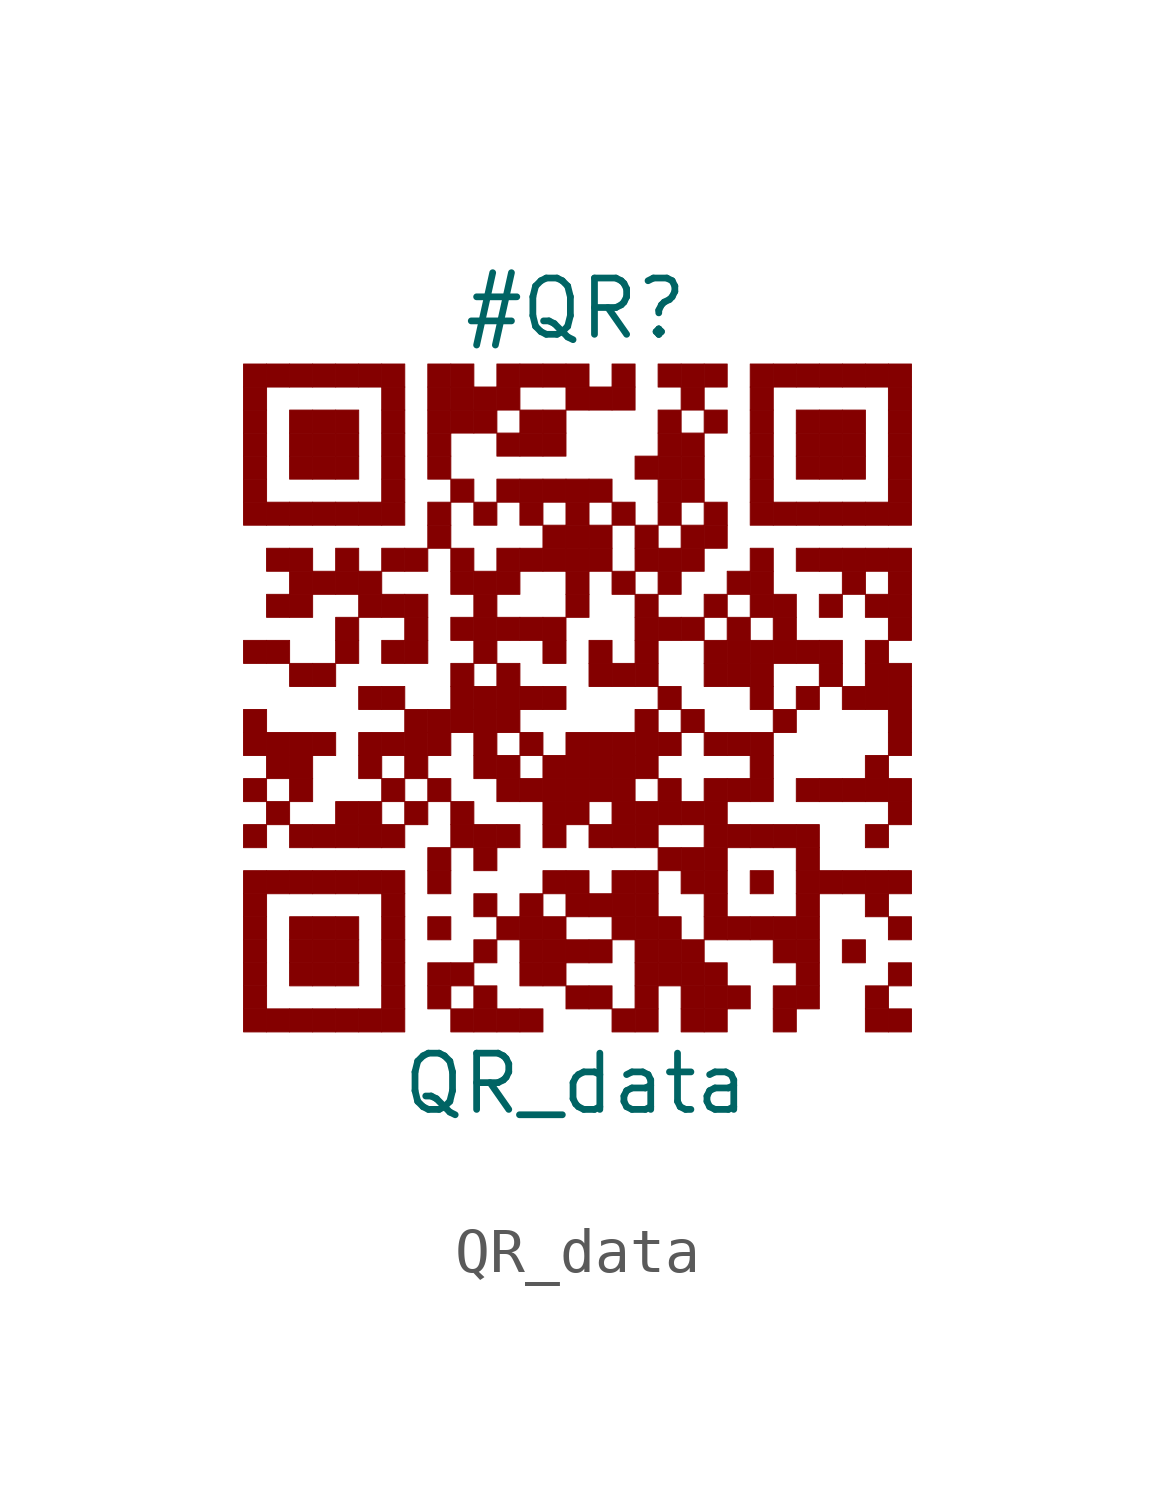
<source format=kicad_sym>
(kicad_symbol_lib
  (version 20211014)
  (generator kibot)
  (symbol "QR_data"
    (pin_numbers hide)
    (pin_names hide)
    (property "Reference" "#QR"
      (at 0 8.75 0)
      (effects (font (size 1.27 1.27))))
    (property "Value" "QR_data"
      (at 0 -8.75 0)
      (effects (font (size 1.27 1.27))))
    (rectangle
      (start -7.5 7.5)
      (end -6.98 6.98)
      (stroke (width 0.001) (type default))
      (fill (type outline)))
    (rectangle
      (start -6.98 7.5)
      (end -6.46 6.98)
      (stroke (width 0.001) (type default))
      (fill (type outline)))
    (rectangle
      (start -6.46 7.5)
      (end -5.94 6.98)
      (stroke (width 0.001) (type default))
      (fill (type outline)))
    (rectangle
      (start -5.94 7.5)
      (end -5.42 6.98)
      (stroke (width 0.001) (type default))
      (fill (type outline)))
    (rectangle
      (start -5.42 7.5)
      (end -4.9 6.98)
      (stroke (width 0.001) (type default))
      (fill (type outline)))
    (rectangle
      (start -4.9 7.5)
      (end -4.38 6.98)
      (stroke (width 0.001) (type default))
      (fill (type outline)))
    (rectangle
      (start -4.38 7.5)
      (end -3.86 6.98)
      (stroke (width 0.001) (type default))
      (fill (type outline)))
    (rectangle
      (start -3.34 7.5)
      (end -2.82 6.98)
      (stroke (width 0.001) (type default))
      (fill (type outline)))
    (rectangle
      (start -2.82 7.5)
      (end -2.3 6.98)
      (stroke (width 0.001) (type default))
      (fill (type outline)))
    (rectangle
      (start -1.78 7.5)
      (end -1.26 6.98)
      (stroke (width 0.001) (type default))
      (fill (type outline)))
    (rectangle
      (start -1.26 7.5)
      (end -0.74 6.98)
      (stroke (width 0.001) (type default))
      (fill (type outline)))
    (rectangle
      (start -0.74 7.5)
      (end -0.22 6.98)
      (stroke (width 0.001) (type default))
      (fill (type outline)))
    (rectangle
      (start -0.22 7.5)
      (end 0.3 6.98)
      (stroke (width 0.001) (type default))
      (fill (type outline)))
    (rectangle
      (start 0.82 7.5)
      (end 1.34 6.98)
      (stroke (width 0.001) (type default))
      (fill (type outline)))
    (rectangle
      (start 1.86 7.5)
      (end 2.38 6.98)
      (stroke (width 0.001) (type default))
      (fill (type outline)))
    (rectangle
      (start 2.38 7.5)
      (end 2.9 6.98)
      (stroke (width 0.001) (type default))
      (fill (type outline)))
    (rectangle
      (start 2.9 7.5)
      (end 3.42 6.98)
      (stroke (width 0.001) (type default))
      (fill (type outline)))
    (rectangle
      (start 3.94 7.5)
      (end 4.46 6.98)
      (stroke (width 0.001) (type default))
      (fill (type outline)))
    (rectangle
      (start 4.46 7.5)
      (end 4.98 6.98)
      (stroke (width 0.001) (type default))
      (fill (type outline)))
    (rectangle
      (start 4.98 7.5)
      (end 5.5 6.98)
      (stroke (width 0.001) (type default))
      (fill (type outline)))
    (rectangle
      (start 5.5 7.5)
      (end 6.02 6.98)
      (stroke (width 0.001) (type default))
      (fill (type outline)))
    (rectangle
      (start 6.02 7.5)
      (end 6.54 6.98)
      (stroke (width 0.001) (type default))
      (fill (type outline)))
    (rectangle
      (start 6.54 7.5)
      (end 7.06 6.98)
      (stroke (width 0.001) (type default))
      (fill (type outline)))
    (rectangle
      (start 7.06 7.5)
      (end 7.58 6.98)
      (stroke (width 0.001) (type default))
      (fill (type outline)))
    (rectangle
      (start -7.5 6.98)
      (end -6.98 6.46)
      (stroke (width 0.001) (type default))
      (fill (type outline)))
    (rectangle
      (start -4.38 6.98)
      (end -3.86 6.46)
      (stroke (width 0.001) (type default))
      (fill (type outline)))
    (rectangle
      (start -3.34 6.98)
      (end -2.82 6.46)
      (stroke (width 0.001) (type default))
      (fill (type outline)))
    (rectangle
      (start -2.82 6.98)
      (end -2.3 6.46)
      (stroke (width 0.001) (type default))
      (fill (type outline)))
    (rectangle
      (start -2.3 6.98)
      (end -1.78 6.46)
      (stroke (width 0.001) (type default))
      (fill (type outline)))
    (rectangle
      (start -1.78 6.98)
      (end -1.26 6.46)
      (stroke (width 0.001) (type default))
      (fill (type outline)))
    (rectangle
      (start -0.22 6.98)
      (end 0.3 6.46)
      (stroke (width 0.001) (type default))
      (fill (type outline)))
    (rectangle
      (start 0.3 6.98)
      (end 0.82 6.46)
      (stroke (width 0.001) (type default))
      (fill (type outline)))
    (rectangle
      (start 0.82 6.98)
      (end 1.34 6.46)
      (stroke (width 0.001) (type default))
      (fill (type outline)))
    (rectangle
      (start 2.38 6.98)
      (end 2.9 6.46)
      (stroke (width 0.001) (type default))
      (fill (type outline)))
    (rectangle
      (start 3.94 6.98)
      (end 4.46 6.46)
      (stroke (width 0.001) (type default))
      (fill (type outline)))
    (rectangle
      (start 7.06 6.98)
      (end 7.58 6.46)
      (stroke (width 0.001) (type default))
      (fill (type outline)))
    (rectangle
      (start -7.5 6.46)
      (end -6.98 5.94)
      (stroke (width 0.001) (type default))
      (fill (type outline)))
    (rectangle
      (start -6.46 6.46)
      (end -5.94 5.94)
      (stroke (width 0.001) (type default))
      (fill (type outline)))
    (rectangle
      (start -5.94 6.46)
      (end -5.42 5.94)
      (stroke (width 0.001) (type default))
      (fill (type outline)))
    (rectangle
      (start -5.42 6.46)
      (end -4.9 5.94)
      (stroke (width 0.001) (type default))
      (fill (type outline)))
    (rectangle
      (start -4.38 6.46)
      (end -3.86 5.94)
      (stroke (width 0.001) (type default))
      (fill (type outline)))
    (rectangle
      (start -3.34 6.46)
      (end -2.82 5.94)
      (stroke (width 0.001) (type default))
      (fill (type outline)))
    (rectangle
      (start -2.82 6.46)
      (end -2.3 5.94)
      (stroke (width 0.001) (type default))
      (fill (type outline)))
    (rectangle
      (start -2.3 6.46)
      (end -1.78 5.94)
      (stroke (width 0.001) (type default))
      (fill (type outline)))
    (rectangle
      (start -1.26 6.46)
      (end -0.74 5.94)
      (stroke (width 0.001) (type default))
      (fill (type outline)))
    (rectangle
      (start -0.74 6.46)
      (end -0.22 5.94)
      (stroke (width 0.001) (type default))
      (fill (type outline)))
    (rectangle
      (start 1.86 6.46)
      (end 2.38 5.94)
      (stroke (width 0.001) (type default))
      (fill (type outline)))
    (rectangle
      (start 2.9 6.46)
      (end 3.42 5.94)
      (stroke (width 0.001) (type default))
      (fill (type outline)))
    (rectangle
      (start 3.94 6.46)
      (end 4.46 5.94)
      (stroke (width 0.001) (type default))
      (fill (type outline)))
    (rectangle
      (start 4.98 6.46)
      (end 5.5 5.94)
      (stroke (width 0.001) (type default))
      (fill (type outline)))
    (rectangle
      (start 5.5 6.46)
      (end 6.02 5.94)
      (stroke (width 0.001) (type default))
      (fill (type outline)))
    (rectangle
      (start 6.02 6.46)
      (end 6.54 5.94)
      (stroke (width 0.001) (type default))
      (fill (type outline)))
    (rectangle
      (start 7.06 6.46)
      (end 7.58 5.94)
      (stroke (width 0.001) (type default))
      (fill (type outline)))
    (rectangle
      (start -7.5 5.94)
      (end -6.98 5.42)
      (stroke (width 0.001) (type default))
      (fill (type outline)))
    (rectangle
      (start -6.46 5.94)
      (end -5.94 5.42)
      (stroke (width 0.001) (type default))
      (fill (type outline)))
    (rectangle
      (start -5.94 5.94)
      (end -5.42 5.42)
      (stroke (width 0.001) (type default))
      (fill (type outline)))
    (rectangle
      (start -5.42 5.94)
      (end -4.9 5.42)
      (stroke (width 0.001) (type default))
      (fill (type outline)))
    (rectangle
      (start -4.38 5.94)
      (end -3.86 5.42)
      (stroke (width 0.001) (type default))
      (fill (type outline)))
    (rectangle
      (start -3.34 5.94)
      (end -2.82 5.42)
      (stroke (width 0.001) (type default))
      (fill (type outline)))
    (rectangle
      (start -1.78 5.94)
      (end -1.26 5.42)
      (stroke (width 0.001) (type default))
      (fill (type outline)))
    (rectangle
      (start -1.26 5.94)
      (end -0.74 5.42)
      (stroke (width 0.001) (type default))
      (fill (type outline)))
    (rectangle
      (start -0.74 5.94)
      (end -0.22 5.42)
      (stroke (width 0.001) (type default))
      (fill (type outline)))
    (rectangle
      (start 1.86 5.94)
      (end 2.38 5.42)
      (stroke (width 0.001) (type default))
      (fill (type outline)))
    (rectangle
      (start 2.38 5.94)
      (end 2.9 5.42)
      (stroke (width 0.001) (type default))
      (fill (type outline)))
    (rectangle
      (start 3.94 5.94)
      (end 4.46 5.42)
      (stroke (width 0.001) (type default))
      (fill (type outline)))
    (rectangle
      (start 4.98 5.94)
      (end 5.5 5.42)
      (stroke (width 0.001) (type default))
      (fill (type outline)))
    (rectangle
      (start 5.5 5.94)
      (end 6.02 5.42)
      (stroke (width 0.001) (type default))
      (fill (type outline)))
    (rectangle
      (start 6.02 5.94)
      (end 6.54 5.42)
      (stroke (width 0.001) (type default))
      (fill (type outline)))
    (rectangle
      (start 7.06 5.94)
      (end 7.58 5.42)
      (stroke (width 0.001) (type default))
      (fill (type outline)))
    (rectangle
      (start -7.5 5.42)
      (end -6.98 4.9)
      (stroke (width 0.001) (type default))
      (fill (type outline)))
    (rectangle
      (start -6.46 5.42)
      (end -5.94 4.9)
      (stroke (width 0.001) (type default))
      (fill (type outline)))
    (rectangle
      (start -5.94 5.42)
      (end -5.42 4.9)
      (stroke (width 0.001) (type default))
      (fill (type outline)))
    (rectangle
      (start -5.42 5.42)
      (end -4.9 4.9)
      (stroke (width 0.001) (type default))
      (fill (type outline)))
    (rectangle
      (start -4.38 5.42)
      (end -3.86 4.9)
      (stroke (width 0.001) (type default))
      (fill (type outline)))
    (rectangle
      (start -3.34 5.42)
      (end -2.82 4.9)
      (stroke (width 0.001) (type default))
      (fill (type outline)))
    (rectangle
      (start 1.34 5.42)
      (end 1.86 4.9)
      (stroke (width 0.001) (type default))
      (fill (type outline)))
    (rectangle
      (start 1.86 5.42)
      (end 2.38 4.9)
      (stroke (width 0.001) (type default))
      (fill (type outline)))
    (rectangle
      (start 2.38 5.42)
      (end 2.9 4.9)
      (stroke (width 0.001) (type default))
      (fill (type outline)))
    (rectangle
      (start 3.94 5.42)
      (end 4.46 4.9)
      (stroke (width 0.001) (type default))
      (fill (type outline)))
    (rectangle
      (start 4.98 5.42)
      (end 5.5 4.9)
      (stroke (width 0.001) (type default))
      (fill (type outline)))
    (rectangle
      (start 5.5 5.42)
      (end 6.02 4.9)
      (stroke (width 0.001) (type default))
      (fill (type outline)))
    (rectangle
      (start 6.02 5.42)
      (end 6.54 4.9)
      (stroke (width 0.001) (type default))
      (fill (type outline)))
    (rectangle
      (start 7.06 5.42)
      (end 7.58 4.9)
      (stroke (width 0.001) (type default))
      (fill (type outline)))
    (rectangle
      (start -7.5 4.9)
      (end -6.98 4.38)
      (stroke (width 0.001) (type default))
      (fill (type outline)))
    (rectangle
      (start -4.38 4.9)
      (end -3.86 4.38)
      (stroke (width 0.001) (type default))
      (fill (type outline)))
    (rectangle
      (start -2.82 4.9)
      (end -2.3 4.38)
      (stroke (width 0.001) (type default))
      (fill (type outline)))
    (rectangle
      (start -1.78 4.9)
      (end -1.26 4.38)
      (stroke (width 0.001) (type default))
      (fill (type outline)))
    (rectangle
      (start -1.26 4.9)
      (end -0.74 4.38)
      (stroke (width 0.001) (type default))
      (fill (type outline)))
    (rectangle
      (start -0.74 4.9)
      (end -0.22 4.38)
      (stroke (width 0.001) (type default))
      (fill (type outline)))
    (rectangle
      (start -0.22 4.9)
      (end 0.3 4.38)
      (stroke (width 0.001) (type default))
      (fill (type outline)))
    (rectangle
      (start 0.3 4.9)
      (end 0.82 4.38)
      (stroke (width 0.001) (type default))
      (fill (type outline)))
    (rectangle
      (start 1.86 4.9)
      (end 2.38 4.38)
      (stroke (width 0.001) (type default))
      (fill (type outline)))
    (rectangle
      (start 2.38 4.9)
      (end 2.9 4.38)
      (stroke (width 0.001) (type default))
      (fill (type outline)))
    (rectangle
      (start 3.94 4.9)
      (end 4.46 4.38)
      (stroke (width 0.001) (type default))
      (fill (type outline)))
    (rectangle
      (start 7.06 4.9)
      (end 7.58 4.38)
      (stroke (width 0.001) (type default))
      (fill (type outline)))
    (rectangle
      (start -7.5 4.38)
      (end -6.98 3.86)
      (stroke (width 0.001) (type default))
      (fill (type outline)))
    (rectangle
      (start -6.98 4.38)
      (end -6.46 3.86)
      (stroke (width 0.001) (type default))
      (fill (type outline)))
    (rectangle
      (start -6.46 4.38)
      (end -5.94 3.86)
      (stroke (width 0.001) (type default))
      (fill (type outline)))
    (rectangle
      (start -5.94 4.38)
      (end -5.42 3.86)
      (stroke (width 0.001) (type default))
      (fill (type outline)))
    (rectangle
      (start -5.42 4.38)
      (end -4.9 3.86)
      (stroke (width 0.001) (type default))
      (fill (type outline)))
    (rectangle
      (start -4.9 4.38)
      (end -4.38 3.86)
      (stroke (width 0.001) (type default))
      (fill (type outline)))
    (rectangle
      (start -4.38 4.38)
      (end -3.86 3.86)
      (stroke (width 0.001) (type default))
      (fill (type outline)))
    (rectangle
      (start -3.34 4.38)
      (end -2.82 3.86)
      (stroke (width 0.001) (type default))
      (fill (type outline)))
    (rectangle
      (start -2.3 4.38)
      (end -1.78 3.86)
      (stroke (width 0.001) (type default))
      (fill (type outline)))
    (rectangle
      (start -1.26 4.38)
      (end -0.74 3.86)
      (stroke (width 0.001) (type default))
      (fill (type outline)))
    (rectangle
      (start -0.22 4.38)
      (end 0.3 3.86)
      (stroke (width 0.001) (type default))
      (fill (type outline)))
    (rectangle
      (start 0.82 4.38)
      (end 1.34 3.86)
      (stroke (width 0.001) (type default))
      (fill (type outline)))
    (rectangle
      (start 1.86 4.38)
      (end 2.38 3.86)
      (stroke (width 0.001) (type default))
      (fill (type outline)))
    (rectangle
      (start 2.9 4.38)
      (end 3.42 3.86)
      (stroke (width 0.001) (type default))
      (fill (type outline)))
    (rectangle
      (start 3.94 4.38)
      (end 4.46 3.86)
      (stroke (width 0.001) (type default))
      (fill (type outline)))
    (rectangle
      (start 4.46 4.38)
      (end 4.98 3.86)
      (stroke (width 0.001) (type default))
      (fill (type outline)))
    (rectangle
      (start 4.98 4.38)
      (end 5.5 3.86)
      (stroke (width 0.001) (type default))
      (fill (type outline)))
    (rectangle
      (start 5.5 4.38)
      (end 6.02 3.86)
      (stroke (width 0.001) (type default))
      (fill (type outline)))
    (rectangle
      (start 6.02 4.38)
      (end 6.54 3.86)
      (stroke (width 0.001) (type default))
      (fill (type outline)))
    (rectangle
      (start 6.54 4.38)
      (end 7.06 3.86)
      (stroke (width 0.001) (type default))
      (fill (type outline)))
    (rectangle
      (start 7.06 4.38)
      (end 7.58 3.86)
      (stroke (width 0.001) (type default))
      (fill (type outline)))
    (rectangle
      (start -3.34 3.86)
      (end -2.82 3.34)
      (stroke (width 0.001) (type default))
      (fill (type outline)))
    (rectangle
      (start -0.74 3.86)
      (end -0.22 3.34)
      (stroke (width 0.001) (type default))
      (fill (type outline)))
    (rectangle
      (start -0.22 3.86)
      (end 0.3 3.34)
      (stroke (width 0.001) (type default))
      (fill (type outline)))
    (rectangle
      (start 0.3 3.86)
      (end 0.82 3.34)
      (stroke (width 0.001) (type default))
      (fill (type outline)))
    (rectangle
      (start 1.34 3.86)
      (end 1.86 3.34)
      (stroke (width 0.001) (type default))
      (fill (type outline)))
    (rectangle
      (start 2.38 3.86)
      (end 2.9 3.34)
      (stroke (width 0.001) (type default))
      (fill (type outline)))
    (rectangle
      (start 2.9 3.86)
      (end 3.42 3.34)
      (stroke (width 0.001) (type default))
      (fill (type outline)))
    (rectangle
      (start -6.98 3.34)
      (end -6.46 2.82)
      (stroke (width 0.001) (type default))
      (fill (type outline)))
    (rectangle
      (start -6.46 3.34)
      (end -5.94 2.82)
      (stroke (width 0.001) (type default))
      (fill (type outline)))
    (rectangle
      (start -5.42 3.34)
      (end -4.9 2.82)
      (stroke (width 0.001) (type default))
      (fill (type outline)))
    (rectangle
      (start -4.38 3.34)
      (end -3.86 2.82)
      (stroke (width 0.001) (type default))
      (fill (type outline)))
    (rectangle
      (start -3.86 3.34)
      (end -3.34 2.82)
      (stroke (width 0.001) (type default))
      (fill (type outline)))
    (rectangle
      (start -2.82 3.34)
      (end -2.3 2.82)
      (stroke (width 0.001) (type default))
      (fill (type outline)))
    (rectangle
      (start -1.78 3.34)
      (end -1.26 2.82)
      (stroke (width 0.001) (type default))
      (fill (type outline)))
    (rectangle
      (start -1.26 3.34)
      (end -0.74 2.82)
      (stroke (width 0.001) (type default))
      (fill (type outline)))
    (rectangle
      (start -0.74 3.34)
      (end -0.22 2.82)
      (stroke (width 0.001) (type default))
      (fill (type outline)))
    (rectangle
      (start -0.22 3.34)
      (end 0.3 2.82)
      (stroke (width 0.001) (type default))
      (fill (type outline)))
    (rectangle
      (start 0.3 3.34)
      (end 0.82 2.82)
      (stroke (width 0.001) (type default))
      (fill (type outline)))
    (rectangle
      (start 1.34 3.34)
      (end 1.86 2.82)
      (stroke (width 0.001) (type default))
      (fill (type outline)))
    (rectangle
      (start 1.86 3.34)
      (end 2.38 2.82)
      (stroke (width 0.001) (type default))
      (fill (type outline)))
    (rectangle
      (start 2.38 3.34)
      (end 2.9 2.82)
      (stroke (width 0.001) (type default))
      (fill (type outline)))
    (rectangle
      (start 3.94 3.34)
      (end 4.46 2.82)
      (stroke (width 0.001) (type default))
      (fill (type outline)))
    (rectangle
      (start 4.98 3.34)
      (end 5.5 2.82)
      (stroke (width 0.001) (type default))
      (fill (type outline)))
    (rectangle
      (start 5.5 3.34)
      (end 6.02 2.82)
      (stroke (width 0.001) (type default))
      (fill (type outline)))
    (rectangle
      (start 6.02 3.34)
      (end 6.54 2.82)
      (stroke (width 0.001) (type default))
      (fill (type outline)))
    (rectangle
      (start 6.54 3.34)
      (end 7.06 2.82)
      (stroke (width 0.001) (type default))
      (fill (type outline)))
    (rectangle
      (start 7.06 3.34)
      (end 7.58 2.82)
      (stroke (width 0.001) (type default))
      (fill (type outline)))
    (rectangle
      (start -6.46 2.82)
      (end -5.94 2.3)
      (stroke (width 0.001) (type default))
      (fill (type outline)))
    (rectangle
      (start -5.94 2.82)
      (end -5.42 2.3)
      (stroke (width 0.001) (type default))
      (fill (type outline)))
    (rectangle
      (start -5.42 2.82)
      (end -4.9 2.3)
      (stroke (width 0.001) (type default))
      (fill (type outline)))
    (rectangle
      (start -4.9 2.82)
      (end -4.38 2.3)
      (stroke (width 0.001) (type default))
      (fill (type outline)))
    (rectangle
      (start -2.82 2.82)
      (end -2.3 2.3)
      (stroke (width 0.001) (type default))
      (fill (type outline)))
    (rectangle
      (start -2.3 2.82)
      (end -1.78 2.3)
      (stroke (width 0.001) (type default))
      (fill (type outline)))
    (rectangle
      (start -1.78 2.82)
      (end -1.26 2.3)
      (stroke (width 0.001) (type default))
      (fill (type outline)))
    (rectangle
      (start -0.22 2.82)
      (end 0.3 2.3)
      (stroke (width 0.001) (type default))
      (fill (type outline)))
    (rectangle
      (start 0.82 2.82)
      (end 1.34 2.3)
      (stroke (width 0.001) (type default))
      (fill (type outline)))
    (rectangle
      (start 1.86 2.82)
      (end 2.38 2.3)
      (stroke (width 0.001) (type default))
      (fill (type outline)))
    (rectangle
      (start 3.42 2.82)
      (end 3.94 2.3)
      (stroke (width 0.001) (type default))
      (fill (type outline)))
    (rectangle
      (start 3.94 2.82)
      (end 4.46 2.3)
      (stroke (width 0.001) (type default))
      (fill (type outline)))
    (rectangle
      (start 6.02 2.82)
      (end 6.54 2.3)
      (stroke (width 0.001) (type default))
      (fill (type outline)))
    (rectangle
      (start 7.06 2.82)
      (end 7.58 2.3)
      (stroke (width 0.001) (type default))
      (fill (type outline)))
    (rectangle
      (start -6.98 2.3)
      (end -6.46 1.78)
      (stroke (width 0.001) (type default))
      (fill (type outline)))
    (rectangle
      (start -6.46 2.3)
      (end -5.94 1.78)
      (stroke (width 0.001) (type default))
      (fill (type outline)))
    (rectangle
      (start -4.9 2.3)
      (end -4.38 1.78)
      (stroke (width 0.001) (type default))
      (fill (type outline)))
    (rectangle
      (start -4.38 2.3)
      (end -3.86 1.78)
      (stroke (width 0.001) (type default))
      (fill (type outline)))
    (rectangle
      (start -3.86 2.3)
      (end -3.34 1.78)
      (stroke (width 0.001) (type default))
      (fill (type outline)))
    (rectangle
      (start -2.3 2.3)
      (end -1.78 1.78)
      (stroke (width 0.001) (type default))
      (fill (type outline)))
    (rectangle
      (start -0.22 2.3)
      (end 0.3 1.78)
      (stroke (width 0.001) (type default))
      (fill (type outline)))
    (rectangle
      (start 1.34 2.3)
      (end 1.86 1.78)
      (stroke (width 0.001) (type default))
      (fill (type outline)))
    (rectangle
      (start 2.9 2.3)
      (end 3.42 1.78)
      (stroke (width 0.001) (type default))
      (fill (type outline)))
    (rectangle
      (start 3.94 2.3)
      (end 4.46 1.78)
      (stroke (width 0.001) (type default))
      (fill (type outline)))
    (rectangle
      (start 4.46 2.3)
      (end 4.98 1.78)
      (stroke (width 0.001) (type default))
      (fill (type outline)))
    (rectangle
      (start 5.5 2.3)
      (end 6.02 1.78)
      (stroke (width 0.001) (type default))
      (fill (type outline)))
    (rectangle
      (start 6.54 2.3)
      (end 7.06 1.78)
      (stroke (width 0.001) (type default))
      (fill (type outline)))
    (rectangle
      (start 7.06 2.3)
      (end 7.58 1.78)
      (stroke (width 0.001) (type default))
      (fill (type outline)))
    (rectangle
      (start -5.42 1.78)
      (end -4.9 1.26)
      (stroke (width 0.001) (type default))
      (fill (type outline)))
    (rectangle
      (start -3.86 1.78)
      (end -3.34 1.26)
      (stroke (width 0.001) (type default))
      (fill (type outline)))
    (rectangle
      (start -2.82 1.78)
      (end -2.3 1.26)
      (stroke (width 0.001) (type default))
      (fill (type outline)))
    (rectangle
      (start -2.3 1.78)
      (end -1.78 1.26)
      (stroke (width 0.001) (type default))
      (fill (type outline)))
    (rectangle
      (start -1.78 1.78)
      (end -1.26 1.26)
      (stroke (width 0.001) (type default))
      (fill (type outline)))
    (rectangle
      (start -1.26 1.78)
      (end -0.74 1.26)
      (stroke (width 0.001) (type default))
      (fill (type outline)))
    (rectangle
      (start -0.74 1.78)
      (end -0.22 1.26)
      (stroke (width 0.001) (type default))
      (fill (type outline)))
    (rectangle
      (start 1.34 1.78)
      (end 1.86 1.26)
      (stroke (width 0.001) (type default))
      (fill (type outline)))
    (rectangle
      (start 1.86 1.78)
      (end 2.38 1.26)
      (stroke (width 0.001) (type default))
      (fill (type outline)))
    (rectangle
      (start 2.38 1.78)
      (end 2.9 1.26)
      (stroke (width 0.001) (type default))
      (fill (type outline)))
    (rectangle
      (start 3.42 1.78)
      (end 3.94 1.26)
      (stroke (width 0.001) (type default))
      (fill (type outline)))
    (rectangle
      (start 4.46 1.78)
      (end 4.98 1.26)
      (stroke (width 0.001) (type default))
      (fill (type outline)))
    (rectangle
      (start 7.06 1.78)
      (end 7.58 1.26)
      (stroke (width 0.001) (type default))
      (fill (type outline)))
    (rectangle
      (start -7.5 1.26)
      (end -6.98 0.74)
      (stroke (width 0.001) (type default))
      (fill (type outline)))
    (rectangle
      (start -6.98 1.26)
      (end -6.46 0.74)
      (stroke (width 0.001) (type default))
      (fill (type outline)))
    (rectangle
      (start -5.42 1.26)
      (end -4.9 0.74)
      (stroke (width 0.001) (type default))
      (fill (type outline)))
    (rectangle
      (start -4.38 1.26)
      (end -3.86 0.74)
      (stroke (width 0.001) (type default))
      (fill (type outline)))
    (rectangle
      (start -3.86 1.26)
      (end -3.34 0.74)
      (stroke (width 0.001) (type default))
      (fill (type outline)))
    (rectangle
      (start -2.3 1.26)
      (end -1.78 0.74)
      (stroke (width 0.001) (type default))
      (fill (type outline)))
    (rectangle
      (start -0.74 1.26)
      (end -0.22 0.74)
      (stroke (width 0.001) (type default))
      (fill (type outline)))
    (rectangle
      (start 0.3 1.26)
      (end 0.82 0.74)
      (stroke (width 0.001) (type default))
      (fill (type outline)))
    (rectangle
      (start 1.34 1.26)
      (end 1.86 0.74)
      (stroke (width 0.001) (type default))
      (fill (type outline)))
    (rectangle
      (start 2.9 1.26)
      (end 3.42 0.74)
      (stroke (width 0.001) (type default))
      (fill (type outline)))
    (rectangle
      (start 3.42 1.26)
      (end 3.94 0.74)
      (stroke (width 0.001) (type default))
      (fill (type outline)))
    (rectangle
      (start 3.94 1.26)
      (end 4.46 0.74)
      (stroke (width 0.001) (type default))
      (fill (type outline)))
    (rectangle
      (start 4.46 1.26)
      (end 4.98 0.74)
      (stroke (width 0.001) (type default))
      (fill (type outline)))
    (rectangle
      (start 4.98 1.26)
      (end 5.5 0.74)
      (stroke (width 0.001) (type default))
      (fill (type outline)))
    (rectangle
      (start 5.5 1.26)
      (end 6.02 0.74)
      (stroke (width 0.001) (type default))
      (fill (type outline)))
    (rectangle
      (start 6.54 1.26)
      (end 7.06 0.74)
      (stroke (width 0.001) (type default))
      (fill (type outline)))
    (rectangle
      (start -6.46 0.74)
      (end -5.94 0.22)
      (stroke (width 0.001) (type default))
      (fill (type outline)))
    (rectangle
      (start -5.94 0.74)
      (end -5.42 0.22)
      (stroke (width 0.001) (type default))
      (fill (type outline)))
    (rectangle
      (start -2.82 0.74)
      (end -2.3 0.22)
      (stroke (width 0.001) (type default))
      (fill (type outline)))
    (rectangle
      (start -1.78 0.74)
      (end -1.26 0.22)
      (stroke (width 0.001) (type default))
      (fill (type outline)))
    (rectangle
      (start 0.3 0.74)
      (end 0.82 0.22)
      (stroke (width 0.001) (type default))
      (fill (type outline)))
    (rectangle
      (start 0.82 0.74)
      (end 1.34 0.22)
      (stroke (width 0.001) (type default))
      (fill (type outline)))
    (rectangle
      (start 1.34 0.74)
      (end 1.86 0.22)
      (stroke (width 0.001) (type default))
      (fill (type outline)))
    (rectangle
      (start 2.9 0.74)
      (end 3.42 0.22)
      (stroke (width 0.001) (type default))
      (fill (type outline)))
    (rectangle
      (start 3.42 0.74)
      (end 3.94 0.22)
      (stroke (width 0.001) (type default))
      (fill (type outline)))
    (rectangle
      (start 3.94 0.74)
      (end 4.46 0.22)
      (stroke (width 0.001) (type default))
      (fill (type outline)))
    (rectangle
      (start 5.5 0.74)
      (end 6.02 0.22)
      (stroke (width 0.001) (type default))
      (fill (type outline)))
    (rectangle
      (start 6.54 0.74)
      (end 7.06 0.22)
      (stroke (width 0.001) (type default))
      (fill (type outline)))
    (rectangle
      (start 7.06 0.74)
      (end 7.58 0.22)
      (stroke (width 0.001) (type default))
      (fill (type outline)))
    (rectangle
      (start -4.9 0.22)
      (end -4.38 -0.3)
      (stroke (width 0.001) (type default))
      (fill (type outline)))
    (rectangle
      (start -4.38 0.22)
      (end -3.86 -0.3)
      (stroke (width 0.001) (type default))
      (fill (type outline)))
    (rectangle
      (start -2.82 0.22)
      (end -2.3 -0.3)
      (stroke (width 0.001) (type default))
      (fill (type outline)))
    (rectangle
      (start -2.3 0.22)
      (end -1.78 -0.3)
      (stroke (width 0.001) (type default))
      (fill (type outline)))
    (rectangle
      (start -1.78 0.22)
      (end -1.26 -0.3)
      (stroke (width 0.001) (type default))
      (fill (type outline)))
    (rectangle
      (start -1.26 0.22)
      (end -0.74 -0.3)
      (stroke (width 0.001) (type default))
      (fill (type outline)))
    (rectangle
      (start -0.74 0.22)
      (end -0.22 -0.3)
      (stroke (width 0.001) (type default))
      (fill (type outline)))
    (rectangle
      (start 1.86 0.22)
      (end 2.38 -0.3)
      (stroke (width 0.001) (type default))
      (fill (type outline)))
    (rectangle
      (start 3.94 0.22)
      (end 4.46 -0.3)
      (stroke (width 0.001) (type default))
      (fill (type outline)))
    (rectangle
      (start 4.98 0.22)
      (end 5.5 -0.3)
      (stroke (width 0.001) (type default))
      (fill (type outline)))
    (rectangle
      (start 6.02 0.22)
      (end 6.54 -0.3)
      (stroke (width 0.001) (type default))
      (fill (type outline)))
    (rectangle
      (start 6.54 0.22)
      (end 7.06 -0.3)
      (stroke (width 0.001) (type default))
      (fill (type outline)))
    (rectangle
      (start 7.06 0.22)
      (end 7.58 -0.3)
      (stroke (width 0.001) (type default))
      (fill (type outline)))
    (rectangle
      (start -7.5 -0.3)
      (end -6.98 -0.82)
      (stroke (width 0.001) (type default))
      (fill (type outline)))
    (rectangle
      (start -3.86 -0.3)
      (end -3.34 -0.82)
      (stroke (width 0.001) (type default))
      (fill (type outline)))
    (rectangle
      (start -3.34 -0.3)
      (end -2.82 -0.82)
      (stroke (width 0.001) (type default))
      (fill (type outline)))
    (rectangle
      (start -2.82 -0.3)
      (end -2.3 -0.82)
      (stroke (width 0.001) (type default))
      (fill (type outline)))
    (rectangle
      (start -2.3 -0.3)
      (end -1.78 -0.82)
      (stroke (width 0.001) (type default))
      (fill (type outline)))
    (rectangle
      (start -1.78 -0.3)
      (end -1.26 -0.82)
      (stroke (width 0.001) (type default))
      (fill (type outline)))
    (rectangle
      (start 1.34 -0.3)
      (end 1.86 -0.82)
      (stroke (width 0.001) (type default))
      (fill (type outline)))
    (rectangle
      (start 2.38 -0.3)
      (end 2.9 -0.82)
      (stroke (width 0.001) (type default))
      (fill (type outline)))
    (rectangle
      (start 4.46 -0.3)
      (end 4.98 -0.82)
      (stroke (width 0.001) (type default))
      (fill (type outline)))
    (rectangle
      (start 7.06 -0.3)
      (end 7.58 -0.82)
      (stroke (width 0.001) (type default))
      (fill (type outline)))
    (rectangle
      (start -7.5 -0.82)
      (end -6.98 -1.34)
      (stroke (width 0.001) (type default))
      (fill (type outline)))
    (rectangle
      (start -6.98 -0.82)
      (end -6.46 -1.34)
      (stroke (width 0.001) (type default))
      (fill (type outline)))
    (rectangle
      (start -6.46 -0.82)
      (end -5.94 -1.34)
      (stroke (width 0.001) (type default))
      (fill (type outline)))
    (rectangle
      (start -5.94 -0.82)
      (end -5.42 -1.34)
      (stroke (width 0.001) (type default))
      (fill (type outline)))
    (rectangle
      (start -4.9 -0.82)
      (end -4.38 -1.34)
      (stroke (width 0.001) (type default))
      (fill (type outline)))
    (rectangle
      (start -4.38 -0.82)
      (end -3.86 -1.34)
      (stroke (width 0.001) (type default))
      (fill (type outline)))
    (rectangle
      (start -3.86 -0.82)
      (end -3.34 -1.34)
      (stroke (width 0.001) (type default))
      (fill (type outline)))
    (rectangle
      (start -3.34 -0.82)
      (end -2.82 -1.34)
      (stroke (width 0.001) (type default))
      (fill (type outline)))
    (rectangle
      (start -2.3 -0.82)
      (end -1.78 -1.34)
      (stroke (width 0.001) (type default))
      (fill (type outline)))
    (rectangle
      (start -1.26 -0.82)
      (end -0.74 -1.34)
      (stroke (width 0.001) (type default))
      (fill (type outline)))
    (rectangle
      (start -0.22 -0.82)
      (end 0.3 -1.34)
      (stroke (width 0.001) (type default))
      (fill (type outline)))
    (rectangle
      (start 0.3 -0.82)
      (end 0.82 -1.34)
      (stroke (width 0.001) (type default))
      (fill (type outline)))
    (rectangle
      (start 0.82 -0.82)
      (end 1.34 -1.34)
      (stroke (width 0.001) (type default))
      (fill (type outline)))
    (rectangle
      (start 1.34 -0.82)
      (end 1.86 -1.34)
      (stroke (width 0.001) (type default))
      (fill (type outline)))
    (rectangle
      (start 1.86 -0.82)
      (end 2.38 -1.34)
      (stroke (width 0.001) (type default))
      (fill (type outline)))
    (rectangle
      (start 2.9 -0.82)
      (end 3.42 -1.34)
      (stroke (width 0.001) (type default))
      (fill (type outline)))
    (rectangle
      (start 3.42 -0.82)
      (end 3.94 -1.34)
      (stroke (width 0.001) (type default))
      (fill (type outline)))
    (rectangle
      (start 3.94 -0.82)
      (end 4.46 -1.34)
      (stroke (width 0.001) (type default))
      (fill (type outline)))
    (rectangle
      (start 7.06 -0.82)
      (end 7.58 -1.34)
      (stroke (width 0.001) (type default))
      (fill (type outline)))
    (rectangle
      (start -6.98 -1.34)
      (end -6.46 -1.86)
      (stroke (width 0.001) (type default))
      (fill (type outline)))
    (rectangle
      (start -6.46 -1.34)
      (end -5.94 -1.86)
      (stroke (width 0.001) (type default))
      (fill (type outline)))
    (rectangle
      (start -4.9 -1.34)
      (end -4.38 -1.86)
      (stroke (width 0.001) (type default))
      (fill (type outline)))
    (rectangle
      (start -3.86 -1.34)
      (end -3.34 -1.86)
      (stroke (width 0.001) (type default))
      (fill (type outline)))
    (rectangle
      (start -2.3 -1.34)
      (end -1.78 -1.86)
      (stroke (width 0.001) (type default))
      (fill (type outline)))
    (rectangle
      (start -1.78 -1.34)
      (end -1.26 -1.86)
      (stroke (width 0.001) (type default))
      (fill (type outline)))
    (rectangle
      (start -0.74 -1.34)
      (end -0.22 -1.86)
      (stroke (width 0.001) (type default))
      (fill (type outline)))
    (rectangle
      (start -0.22 -1.34)
      (end 0.3 -1.86)
      (stroke (width 0.001) (type default))
      (fill (type outline)))
    (rectangle
      (start 0.3 -1.34)
      (end 0.82 -1.86)
      (stroke (width 0.001) (type default))
      (fill (type outline)))
    (rectangle
      (start 0.82 -1.34)
      (end 1.34 -1.86)
      (stroke (width 0.001) (type default))
      (fill (type outline)))
    (rectangle
      (start 1.34 -1.34)
      (end 1.86 -1.86)
      (stroke (width 0.001) (type default))
      (fill (type outline)))
    (rectangle
      (start 3.94 -1.34)
      (end 4.46 -1.86)
      (stroke (width 0.001) (type default))
      (fill (type outline)))
    (rectangle
      (start 6.54 -1.34)
      (end 7.06 -1.86)
      (stroke (width 0.001) (type default))
      (fill (type outline)))
    (rectangle
      (start -7.5 -1.86)
      (end -6.98 -2.38)
      (stroke (width 0.001) (type default))
      (fill (type outline)))
    (rectangle
      (start -6.46 -1.86)
      (end -5.94 -2.38)
      (stroke (width 0.001) (type default))
      (fill (type outline)))
    (rectangle
      (start -4.38 -1.86)
      (end -3.86 -2.38)
      (stroke (width 0.001) (type default))
      (fill (type outline)))
    (rectangle
      (start -3.34 -1.86)
      (end -2.82 -2.38)
      (stroke (width 0.001) (type default))
      (fill (type outline)))
    (rectangle
      (start -1.78 -1.86)
      (end -1.26 -2.38)
      (stroke (width 0.001) (type default))
      (fill (type outline)))
    (rectangle
      (start -1.26 -1.86)
      (end -0.74 -2.38)
      (stroke (width 0.001) (type default))
      (fill (type outline)))
    (rectangle
      (start -0.74 -1.86)
      (end -0.22 -2.38)
      (stroke (width 0.001) (type default))
      (fill (type outline)))
    (rectangle
      (start -0.22 -1.86)
      (end 0.3 -2.38)
      (stroke (width 0.001) (type default))
      (fill (type outline)))
    (rectangle
      (start 0.3 -1.86)
      (end 0.82 -2.38)
      (stroke (width 0.001) (type default))
      (fill (type outline)))
    (rectangle
      (start 0.82 -1.86)
      (end 1.34 -2.38)
      (stroke (width 0.001) (type default))
      (fill (type outline)))
    (rectangle
      (start 1.86 -1.86)
      (end 2.38 -2.38)
      (stroke (width 0.001) (type default))
      (fill (type outline)))
    (rectangle
      (start 2.9 -1.86)
      (end 3.42 -2.38)
      (stroke (width 0.001) (type default))
      (fill (type outline)))
    (rectangle
      (start 3.42 -1.86)
      (end 3.94 -2.38)
      (stroke (width 0.001) (type default))
      (fill (type outline)))
    (rectangle
      (start 3.94 -1.86)
      (end 4.46 -2.38)
      (stroke (width 0.001) (type default))
      (fill (type outline)))
    (rectangle
      (start 4.98 -1.86)
      (end 5.5 -2.38)
      (stroke (width 0.001) (type default))
      (fill (type outline)))
    (rectangle
      (start 5.5 -1.86)
      (end 6.02 -2.38)
      (stroke (width 0.001) (type default))
      (fill (type outline)))
    (rectangle
      (start 6.02 -1.86)
      (end 6.54 -2.38)
      (stroke (width 0.001) (type default))
      (fill (type outline)))
    (rectangle
      (start 6.54 -1.86)
      (end 7.06 -2.38)
      (stroke (width 0.001) (type default))
      (fill (type outline)))
    (rectangle
      (start 7.06 -1.86)
      (end 7.58 -2.38)
      (stroke (width 0.001) (type default))
      (fill (type outline)))
    (rectangle
      (start -6.98 -2.38)
      (end -6.46 -2.9)
      (stroke (width 0.001) (type default))
      (fill (type outline)))
    (rectangle
      (start -5.42 -2.38)
      (end -4.9 -2.9)
      (stroke (width 0.001) (type default))
      (fill (type outline)))
    (rectangle
      (start -4.9 -2.38)
      (end -4.38 -2.9)
      (stroke (width 0.001) (type default))
      (fill (type outline)))
    (rectangle
      (start -3.86 -2.38)
      (end -3.34 -2.9)
      (stroke (width 0.001) (type default))
      (fill (type outline)))
    (rectangle
      (start -2.82 -2.38)
      (end -2.3 -2.9)
      (stroke (width 0.001) (type default))
      (fill (type outline)))
    (rectangle
      (start -0.74 -2.38)
      (end -0.22 -2.9)
      (stroke (width 0.001) (type default))
      (fill (type outline)))
    (rectangle
      (start -0.22 -2.38)
      (end 0.3 -2.9)
      (stroke (width 0.001) (type default))
      (fill (type outline)))
    (rectangle
      (start 0.82 -2.38)
      (end 1.34 -2.9)
      (stroke (width 0.001) (type default))
      (fill (type outline)))
    (rectangle
      (start 1.34 -2.38)
      (end 1.86 -2.9)
      (stroke (width 0.001) (type default))
      (fill (type outline)))
    (rectangle
      (start 1.86 -2.38)
      (end 2.38 -2.9)
      (stroke (width 0.001) (type default))
      (fill (type outline)))
    (rectangle
      (start 2.38 -2.38)
      (end 2.9 -2.9)
      (stroke (width 0.001) (type default))
      (fill (type outline)))
    (rectangle
      (start 2.9 -2.38)
      (end 3.42 -2.9)
      (stroke (width 0.001) (type default))
      (fill (type outline)))
    (rectangle
      (start 7.06 -2.38)
      (end 7.58 -2.9)
      (stroke (width 0.001) (type default))
      (fill (type outline)))
    (rectangle
      (start -7.5 -2.9)
      (end -6.98 -3.42)
      (stroke (width 0.001) (type default))
      (fill (type outline)))
    (rectangle
      (start -6.46 -2.9)
      (end -5.94 -3.42)
      (stroke (width 0.001) (type default))
      (fill (type outline)))
    (rectangle
      (start -5.94 -2.9)
      (end -5.42 -3.42)
      (stroke (width 0.001) (type default))
      (fill (type outline)))
    (rectangle
      (start -5.42 -2.9)
      (end -4.9 -3.42)
      (stroke (width 0.001) (type default))
      (fill (type outline)))
    (rectangle
      (start -4.9 -2.9)
      (end -4.38 -3.42)
      (stroke (width 0.001) (type default))
      (fill (type outline)))
    (rectangle
      (start -4.38 -2.9)
      (end -3.86 -3.42)
      (stroke (width 0.001) (type default))
      (fill (type outline)))
    (rectangle
      (start -2.82 -2.9)
      (end -2.3 -3.42)
      (stroke (width 0.001) (type default))
      (fill (type outline)))
    (rectangle
      (start -2.3 -2.9)
      (end -1.78 -3.42)
      (stroke (width 0.001) (type default))
      (fill (type outline)))
    (rectangle
      (start -1.78 -2.9)
      (end -1.26 -3.42)
      (stroke (width 0.001) (type default))
      (fill (type outline)))
    (rectangle
      (start -0.74 -2.9)
      (end -0.22 -3.42)
      (stroke (width 0.001) (type default))
      (fill (type outline)))
    (rectangle
      (start 0.3 -2.9)
      (end 0.82 -3.42)
      (stroke (width 0.001) (type default))
      (fill (type outline)))
    (rectangle
      (start 0.82 -2.9)
      (end 1.34 -3.42)
      (stroke (width 0.001) (type default))
      (fill (type outline)))
    (rectangle
      (start 1.34 -2.9)
      (end 1.86 -3.42)
      (stroke (width 0.001) (type default))
      (fill (type outline)))
    (rectangle
      (start 2.9 -2.9)
      (end 3.42 -3.42)
      (stroke (width 0.001) (type default))
      (fill (type outline)))
    (rectangle
      (start 3.42 -2.9)
      (end 3.94 -3.42)
      (stroke (width 0.001) (type default))
      (fill (type outline)))
    (rectangle
      (start 3.94 -2.9)
      (end 4.46 -3.42)
      (stroke (width 0.001) (type default))
      (fill (type outline)))
    (rectangle
      (start 4.46 -2.9)
      (end 4.98 -3.42)
      (stroke (width 0.001) (type default))
      (fill (type outline)))
    (rectangle
      (start 4.98 -2.9)
      (end 5.5 -3.42)
      (stroke (width 0.001) (type default))
      (fill (type outline)))
    (rectangle
      (start 6.54 -2.9)
      (end 7.06 -3.42)
      (stroke (width 0.001) (type default))
      (fill (type outline)))
    (rectangle
      (start -3.34 -3.42)
      (end -2.82 -3.94)
      (stroke (width 0.001) (type default))
      (fill (type outline)))
    (rectangle
      (start -2.3 -3.42)
      (end -1.78 -3.94)
      (stroke (width 0.001) (type default))
      (fill (type outline)))
    (rectangle
      (start 1.86 -3.42)
      (end 2.38 -3.94)
      (stroke (width 0.001) (type default))
      (fill (type outline)))
    (rectangle
      (start 2.38 -3.42)
      (end 2.9 -3.94)
      (stroke (width 0.001) (type default))
      (fill (type outline)))
    (rectangle
      (start 2.9 -3.42)
      (end 3.42 -3.94)
      (stroke (width 0.001) (type default))
      (fill (type outline)))
    (rectangle
      (start 4.98 -3.42)
      (end 5.5 -3.94)
      (stroke (width 0.001) (type default))
      (fill (type outline)))
    (rectangle
      (start -7.5 -3.94)
      (end -6.98 -4.46)
      (stroke (width 0.001) (type default))
      (fill (type outline)))
    (rectangle
      (start -6.98 -3.94)
      (end -6.46 -4.46)
      (stroke (width 0.001) (type default))
      (fill (type outline)))
    (rectangle
      (start -6.46 -3.94)
      (end -5.94 -4.46)
      (stroke (width 0.001) (type default))
      (fill (type outline)))
    (rectangle
      (start -5.94 -3.94)
      (end -5.42 -4.46)
      (stroke (width 0.001) (type default))
      (fill (type outline)))
    (rectangle
      (start -5.42 -3.94)
      (end -4.9 -4.46)
      (stroke (width 0.001) (type default))
      (fill (type outline)))
    (rectangle
      (start -4.9 -3.94)
      (end -4.38 -4.46)
      (stroke (width 0.001) (type default))
      (fill (type outline)))
    (rectangle
      (start -4.38 -3.94)
      (end -3.86 -4.46)
      (stroke (width 0.001) (type default))
      (fill (type outline)))
    (rectangle
      (start -3.34 -3.94)
      (end -2.82 -4.46)
      (stroke (width 0.001) (type default))
      (fill (type outline)))
    (rectangle
      (start -0.74 -3.94)
      (end -0.22 -4.46)
      (stroke (width 0.001) (type default))
      (fill (type outline)))
    (rectangle
      (start -0.22 -3.94)
      (end 0.3 -4.46)
      (stroke (width 0.001) (type default))
      (fill (type outline)))
    (rectangle
      (start 0.82 -3.94)
      (end 1.34 -4.46)
      (stroke (width 0.001) (type default))
      (fill (type outline)))
    (rectangle
      (start 1.34 -3.94)
      (end 1.86 -4.46)
      (stroke (width 0.001) (type default))
      (fill (type outline)))
    (rectangle
      (start 2.38 -3.94)
      (end 2.9 -4.46)
      (stroke (width 0.001) (type default))
      (fill (type outline)))
    (rectangle
      (start 2.9 -3.94)
      (end 3.42 -4.46)
      (stroke (width 0.001) (type default))
      (fill (type outline)))
    (rectangle
      (start 3.94 -3.94)
      (end 4.46 -4.46)
      (stroke (width 0.001) (type default))
      (fill (type outline)))
    (rectangle
      (start 4.98 -3.94)
      (end 5.5 -4.46)
      (stroke (width 0.001) (type default))
      (fill (type outline)))
    (rectangle
      (start 5.5 -3.94)
      (end 6.02 -4.46)
      (stroke (width 0.001) (type default))
      (fill (type outline)))
    (rectangle
      (start 6.02 -3.94)
      (end 6.54 -4.46)
      (stroke (width 0.001) (type default))
      (fill (type outline)))
    (rectangle
      (start 6.54 -3.94)
      (end 7.06 -4.46)
      (stroke (width 0.001) (type default))
      (fill (type outline)))
    (rectangle
      (start 7.06 -3.94)
      (end 7.58 -4.46)
      (stroke (width 0.001) (type default))
      (fill (type outline)))
    (rectangle
      (start -7.5 -4.46)
      (end -6.98 -4.98)
      (stroke (width 0.001) (type default))
      (fill (type outline)))
    (rectangle
      (start -4.38 -4.46)
      (end -3.86 -4.98)
      (stroke (width 0.001) (type default))
      (fill (type outline)))
    (rectangle
      (start -2.3 -4.46)
      (end -1.78 -4.98)
      (stroke (width 0.001) (type default))
      (fill (type outline)))
    (rectangle
      (start -1.26 -4.46)
      (end -0.74 -4.98)
      (stroke (width 0.001) (type default))
      (fill (type outline)))
    (rectangle
      (start -0.22 -4.46)
      (end 0.3 -4.98)
      (stroke (width 0.001) (type default))
      (fill (type outline)))
    (rectangle
      (start 0.3 -4.46)
      (end 0.82 -4.98)
      (stroke (width 0.001) (type default))
      (fill (type outline)))
    (rectangle
      (start 0.82 -4.46)
      (end 1.34 -4.98)
      (stroke (width 0.001) (type default))
      (fill (type outline)))
    (rectangle
      (start 1.34 -4.46)
      (end 1.86 -4.98)
      (stroke (width 0.001) (type default))
      (fill (type outline)))
    (rectangle
      (start 2.9 -4.46)
      (end 3.42 -4.98)
      (stroke (width 0.001) (type default))
      (fill (type outline)))
    (rectangle
      (start 4.98 -4.46)
      (end 5.5 -4.98)
      (stroke (width 0.001) (type default))
      (fill (type outline)))
    (rectangle
      (start 6.54 -4.46)
      (end 7.06 -4.98)
      (stroke (width 0.001) (type default))
      (fill (type outline)))
    (rectangle
      (start -7.5 -4.98)
      (end -6.98 -5.5)
      (stroke (width 0.001) (type default))
      (fill (type outline)))
    (rectangle
      (start -6.46 -4.98)
      (end -5.94 -5.5)
      (stroke (width 0.001) (type default))
      (fill (type outline)))
    (rectangle
      (start -5.94 -4.98)
      (end -5.42 -5.5)
      (stroke (width 0.001) (type default))
      (fill (type outline)))
    (rectangle
      (start -5.42 -4.98)
      (end -4.9 -5.5)
      (stroke (width 0.001) (type default))
      (fill (type outline)))
    (rectangle
      (start -4.38 -4.98)
      (end -3.86 -5.5)
      (stroke (width 0.001) (type default))
      (fill (type outline)))
    (rectangle
      (start -3.34 -4.98)
      (end -2.82 -5.5)
      (stroke (width 0.001) (type default))
      (fill (type outline)))
    (rectangle
      (start -1.78 -4.98)
      (end -1.26 -5.5)
      (stroke (width 0.001) (type default))
      (fill (type outline)))
    (rectangle
      (start -1.26 -4.98)
      (end -0.74 -5.5)
      (stroke (width 0.001) (type default))
      (fill (type outline)))
    (rectangle
      (start -0.74 -4.98)
      (end -0.22 -5.5)
      (stroke (width 0.001) (type default))
      (fill (type outline)))
    (rectangle
      (start 0.82 -4.98)
      (end 1.34 -5.5)
      (stroke (width 0.001) (type default))
      (fill (type outline)))
    (rectangle
      (start 1.34 -4.98)
      (end 1.86 -5.5)
      (stroke (width 0.001) (type default))
      (fill (type outline)))
    (rectangle
      (start 1.86 -4.98)
      (end 2.38 -5.5)
      (stroke (width 0.001) (type default))
      (fill (type outline)))
    (rectangle
      (start 2.9 -4.98)
      (end 3.42 -5.5)
      (stroke (width 0.001) (type default))
      (fill (type outline)))
    (rectangle
      (start 3.42 -4.98)
      (end 3.94 -5.5)
      (stroke (width 0.001) (type default))
      (fill (type outline)))
    (rectangle
      (start 3.94 -4.98)
      (end 4.46 -5.5)
      (stroke (width 0.001) (type default))
      (fill (type outline)))
    (rectangle
      (start 4.46 -4.98)
      (end 4.98 -5.5)
      (stroke (width 0.001) (type default))
      (fill (type outline)))
    (rectangle
      (start 4.98 -4.98)
      (end 5.5 -5.5)
      (stroke (width 0.001) (type default))
      (fill (type outline)))
    (rectangle
      (start 7.06 -4.98)
      (end 7.58 -5.5)
      (stroke (width 0.001) (type default))
      (fill (type outline)))
    (rectangle
      (start -7.5 -5.5)
      (end -6.98 -6.02)
      (stroke (width 0.001) (type default))
      (fill (type outline)))
    (rectangle
      (start -6.46 -5.5)
      (end -5.94 -6.02)
      (stroke (width 0.001) (type default))
      (fill (type outline)))
    (rectangle
      (start -5.94 -5.5)
      (end -5.42 -6.02)
      (stroke (width 0.001) (type default))
      (fill (type outline)))
    (rectangle
      (start -5.42 -5.5)
      (end -4.9 -6.02)
      (stroke (width 0.001) (type default))
      (fill (type outline)))
    (rectangle
      (start -4.38 -5.5)
      (end -3.86 -6.02)
      (stroke (width 0.001) (type default))
      (fill (type outline)))
    (rectangle
      (start -2.3 -5.5)
      (end -1.78 -6.02)
      (stroke (width 0.001) (type default))
      (fill (type outline)))
    (rectangle
      (start -1.26 -5.5)
      (end -0.74 -6.02)
      (stroke (width 0.001) (type default))
      (fill (type outline)))
    (rectangle
      (start -0.74 -5.5)
      (end -0.22 -6.02)
      (stroke (width 0.001) (type default))
      (fill (type outline)))
    (rectangle
      (start -0.22 -5.5)
      (end 0.3 -6.02)
      (stroke (width 0.001) (type default))
      (fill (type outline)))
    (rectangle
      (start 0.3 -5.5)
      (end 0.82 -6.02)
      (stroke (width 0.001) (type default))
      (fill (type outline)))
    (rectangle
      (start 1.34 -5.5)
      (end 1.86 -6.02)
      (stroke (width 0.001) (type default))
      (fill (type outline)))
    (rectangle
      (start 1.86 -5.5)
      (end 2.38 -6.02)
      (stroke (width 0.001) (type default))
      (fill (type outline)))
    (rectangle
      (start 2.38 -5.5)
      (end 2.9 -6.02)
      (stroke (width 0.001) (type default))
      (fill (type outline)))
    (rectangle
      (start 4.46 -5.5)
      (end 4.98 -6.02)
      (stroke (width 0.001) (type default))
      (fill (type outline)))
    (rectangle
      (start 4.98 -5.5)
      (end 5.5 -6.02)
      (stroke (width 0.001) (type default))
      (fill (type outline)))
    (rectangle
      (start 6.02 -5.5)
      (end 6.54 -6.02)
      (stroke (width 0.001) (type default))
      (fill (type outline)))
    (rectangle
      (start -7.5 -6.02)
      (end -6.98 -6.54)
      (stroke (width 0.001) (type default))
      (fill (type outline)))
    (rectangle
      (start -6.46 -6.02)
      (end -5.94 -6.54)
      (stroke (width 0.001) (type default))
      (fill (type outline)))
    (rectangle
      (start -5.94 -6.02)
      (end -5.42 -6.54)
      (stroke (width 0.001) (type default))
      (fill (type outline)))
    (rectangle
      (start -5.42 -6.02)
      (end -4.9 -6.54)
      (stroke (width 0.001) (type default))
      (fill (type outline)))
    (rectangle
      (start -4.38 -6.02)
      (end -3.86 -6.54)
      (stroke (width 0.001) (type default))
      (fill (type outline)))
    (rectangle
      (start -3.34 -6.02)
      (end -2.82 -6.54)
      (stroke (width 0.001) (type default))
      (fill (type outline)))
    (rectangle
      (start -2.82 -6.02)
      (end -2.3 -6.54)
      (stroke (width 0.001) (type default))
      (fill (type outline)))
    (rectangle
      (start -1.26 -6.02)
      (end -0.74 -6.54)
      (stroke (width 0.001) (type default))
      (fill (type outline)))
    (rectangle
      (start -0.74 -6.02)
      (end -0.22 -6.54)
      (stroke (width 0.001) (type default))
      (fill (type outline)))
    (rectangle
      (start 1.34 -6.02)
      (end 1.86 -6.54)
      (stroke (width 0.001) (type default))
      (fill (type outline)))
    (rectangle
      (start 1.86 -6.02)
      (end 2.38 -6.54)
      (stroke (width 0.001) (type default))
      (fill (type outline)))
    (rectangle
      (start 2.38 -6.02)
      (end 2.9 -6.54)
      (stroke (width 0.001) (type default))
      (fill (type outline)))
    (rectangle
      (start 2.9 -6.02)
      (end 3.42 -6.54)
      (stroke (width 0.001) (type default))
      (fill (type outline)))
    (rectangle
      (start 4.98 -6.02)
      (end 5.5 -6.54)
      (stroke (width 0.001) (type default))
      (fill (type outline)))
    (rectangle
      (start 7.06 -6.02)
      (end 7.58 -6.54)
      (stroke (width 0.001) (type default))
      (fill (type outline)))
    (rectangle
      (start -7.5 -6.54)
      (end -6.98 -7.06)
      (stroke (width 0.001) (type default))
      (fill (type outline)))
    (rectangle
      (start -4.38 -6.54)
      (end -3.86 -7.06)
      (stroke (width 0.001) (type default))
      (fill (type outline)))
    (rectangle
      (start -3.34 -6.54)
      (end -2.82 -7.06)
      (stroke (width 0.001) (type default))
      (fill (type outline)))
    (rectangle
      (start -2.3 -6.54)
      (end -1.78 -7.06)
      (stroke (width 0.001) (type default))
      (fill (type outline)))
    (rectangle
      (start -0.22 -6.54)
      (end 0.3 -7.06)
      (stroke (width 0.001) (type default))
      (fill (type outline)))
    (rectangle
      (start 0.3 -6.54)
      (end 0.82 -7.06)
      (stroke (width 0.001) (type default))
      (fill (type outline)))
    (rectangle
      (start 1.34 -6.54)
      (end 1.86 -7.06)
      (stroke (width 0.001) (type default))
      (fill (type outline)))
    (rectangle
      (start 2.38 -6.54)
      (end 2.9 -7.06)
      (stroke (width 0.001) (type default))
      (fill (type outline)))
    (rectangle
      (start 2.9 -6.54)
      (end 3.42 -7.06)
      (stroke (width 0.001) (type default))
      (fill (type outline)))
    (rectangle
      (start 3.42 -6.54)
      (end 3.94 -7.06)
      (stroke (width 0.001) (type default))
      (fill (type outline)))
    (rectangle
      (start 4.46 -6.54)
      (end 4.98 -7.06)
      (stroke (width 0.001) (type default))
      (fill (type outline)))
    (rectangle
      (start 4.98 -6.54)
      (end 5.5 -7.06)
      (stroke (width 0.001) (type default))
      (fill (type outline)))
    (rectangle
      (start 6.54 -6.54)
      (end 7.06 -7.06)
      (stroke (width 0.001) (type default))
      (fill (type outline)))
    (rectangle
      (start -7.5 -7.06)
      (end -6.98 -7.58)
      (stroke (width 0.001) (type default))
      (fill (type outline)))
    (rectangle
      (start -6.98 -7.06)
      (end -6.46 -7.58)
      (stroke (width 0.001) (type default))
      (fill (type outline)))
    (rectangle
      (start -6.46 -7.06)
      (end -5.94 -7.58)
      (stroke (width 0.001) (type default))
      (fill (type outline)))
    (rectangle
      (start -5.94 -7.06)
      (end -5.42 -7.58)
      (stroke (width 0.001) (type default))
      (fill (type outline)))
    (rectangle
      (start -5.42 -7.06)
      (end -4.9 -7.58)
      (stroke (width 0.001) (type default))
      (fill (type outline)))
    (rectangle
      (start -4.9 -7.06)
      (end -4.38 -7.58)
      (stroke (width 0.001) (type default))
      (fill (type outline)))
    (rectangle
      (start -4.38 -7.06)
      (end -3.86 -7.58)
      (stroke (width 0.001) (type default))
      (fill (type outline)))
    (rectangle
      (start -2.82 -7.06)
      (end -2.3 -7.58)
      (stroke (width 0.001) (type default))
      (fill (type outline)))
    (rectangle
      (start -2.3 -7.06)
      (end -1.78 -7.58)
      (stroke (width 0.001) (type default))
      (fill (type outline)))
    (rectangle
      (start -1.78 -7.06)
      (end -1.26 -7.58)
      (stroke (width 0.001) (type default))
      (fill (type outline)))
    (rectangle
      (start -1.26 -7.06)
      (end -0.74 -7.58)
      (stroke (width 0.001) (type default))
      (fill (type outline)))
    (rectangle
      (start 0.82 -7.06)
      (end 1.34 -7.58)
      (stroke (width 0.001) (type default))
      (fill (type outline)))
    (rectangle
      (start 1.34 -7.06)
      (end 1.86 -7.58)
      (stroke (width 0.001) (type default))
      (fill (type outline)))
    (rectangle
      (start 2.38 -7.06)
      (end 2.9 -7.58)
      (stroke (width 0.001) (type default))
      (fill (type outline)))
    (rectangle
      (start 2.9 -7.06)
      (end 3.42 -7.58)
      (stroke (width 0.001) (type default))
      (fill (type outline)))
    (rectangle
      (start 4.46 -7.06)
      (end 4.98 -7.58)
      (stroke (width 0.001) (type default))
      (fill (type outline)))
    (rectangle
      (start 6.54 -7.06)
      (end 7.06 -7.58)
      (stroke (width 0.001) (type default))
      (fill (type outline)))
    (rectangle
      (start 7.06 -7.06)
      (end 7.58 -7.58)
      (stroke (width 0.001) (type default))
      (fill (type outline)))))
</source>
